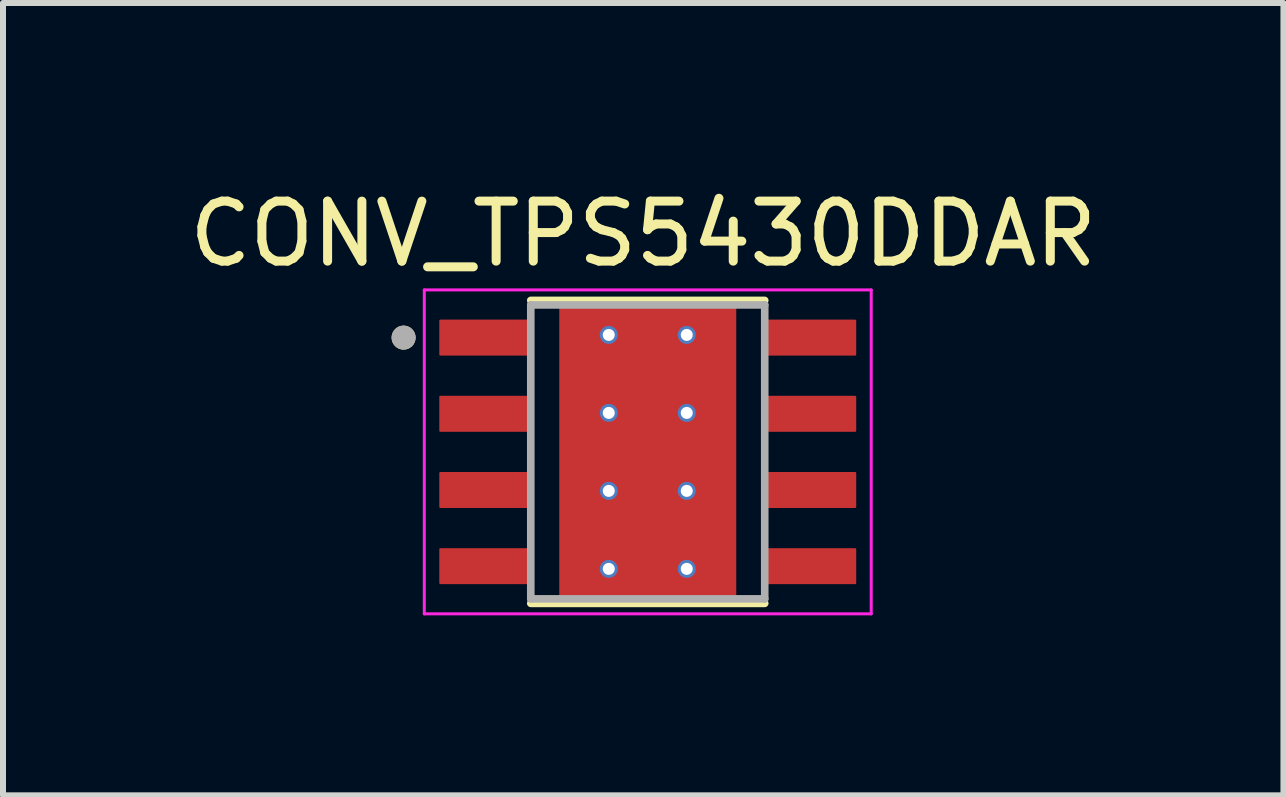
<source format=kicad_pcb>
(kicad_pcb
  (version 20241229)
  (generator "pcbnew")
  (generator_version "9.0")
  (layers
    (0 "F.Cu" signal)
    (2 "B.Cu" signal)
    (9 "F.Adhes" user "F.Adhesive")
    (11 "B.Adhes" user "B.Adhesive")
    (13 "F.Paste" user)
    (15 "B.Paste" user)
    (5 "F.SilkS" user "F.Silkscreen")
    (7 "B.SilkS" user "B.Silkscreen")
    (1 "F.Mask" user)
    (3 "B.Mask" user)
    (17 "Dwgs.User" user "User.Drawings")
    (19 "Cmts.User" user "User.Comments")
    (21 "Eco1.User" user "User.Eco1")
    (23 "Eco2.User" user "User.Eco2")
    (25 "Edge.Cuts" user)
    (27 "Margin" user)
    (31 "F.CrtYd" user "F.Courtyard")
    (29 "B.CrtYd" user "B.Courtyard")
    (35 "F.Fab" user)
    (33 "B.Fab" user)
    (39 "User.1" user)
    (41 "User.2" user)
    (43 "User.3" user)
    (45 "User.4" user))
  (footprint "CONV_TPS5430DDAR"
    (layer "F.Cu")
    (at 7.748 4.483)
    (property "Reference" "CONV_TPS5430DDAR" (at -0.075 -3.635 0) (layer "F.SilkS") (effects (font (size 1 1) (thickness 0.15))))
    (attr through_hole)
    (fp_poly (pts (xy -1.3 -1.55) (xy 1.3 -1.55) (xy 1.3 1.55) (xy -1.3 1.55)) (stroke (width 0.01) (type solid)) (fill yes) (layer "F.Mask"))
    (fp_poly (pts (xy -1.905 -1.535) (xy -3.495 -1.535) (xy -3.498 -1.535) (xy -3.5 -1.535) (xy -3.503 -1.536) (xy -3.505 -1.536) (xy -3.508 -1.537) (xy -3.51 -1.537) (xy -3.513 -1.538) (xy -3.515 -1.539) (xy -3.518 -1.54) (xy -3.52 -1.542) (xy -3.522 -1.543) (xy -3.524 -1.545) (xy -3.526 -1.546) (xy -3.528 -1.548) (xy -3.53 -1.55) (xy -3.532 -1.552) (xy -3.534 -1.554) (xy -3.535 -1.556) (xy -3.537 -1.558) (xy -3.538 -1.56) (xy -3.54 -1.562) (xy -3.541 -1.565) (xy -3.542 -1.567) (xy -3.543 -1.57) (xy -3.543 -1.572) (xy -3.544 -1.575) (xy -3.544 -1.577) (xy -3.545 -1.58) (xy -3.545 -1.582) (xy -3.545 -1.585) (xy -3.545 -2.225) (xy -3.545 -2.228) (xy -3.545 -2.23) (xy -3.544 -2.233) (xy -3.544 -2.235) (xy -3.543 -2.238) (xy -3.543 -2.24) (xy -3.542 -2.243) (xy -3.541 -2.245) (xy -3.54 -2.248) (xy -3.538 -2.25) (xy -3.537 -2.252) (xy -3.535 -2.254) (xy -3.534 -2.256) (xy -3.532 -2.258) (xy -3.53 -2.26) (xy -3.528 -2.262) (xy -3.526 -2.264) (xy -3.524 -2.265) (xy -3.522 -2.267) (xy -3.52 -2.268) (xy -3.518 -2.27) (xy -3.515 -2.271) (xy -3.513 -2.272) (xy -3.51 -2.273) (xy -3.508 -2.273) (xy -3.505 -2.274) (xy -3.503 -2.274) (xy -3.5 -2.275) (xy -3.498 -2.275) (xy -3.495 -2.275) (xy -1.905 -2.275) (xy -1.902 -2.275) (xy -1.9 -2.275) (xy -1.897 -2.274) (xy -1.895 -2.274) (xy -1.892 -2.273) (xy -1.89 -2.273) (xy -1.887 -2.272) (xy -1.885 -2.271) (xy -1.882 -2.27) (xy -1.88 -2.268) (xy -1.878 -2.267) (xy -1.876 -2.265) (xy -1.874 -2.264) (xy -1.872 -2.262) (xy -1.87 -2.26) (xy -1.868 -2.258) (xy -1.866 -2.256) (xy -1.865 -2.254) (xy -1.863 -2.252) (xy -1.862 -2.25) (xy -1.86 -2.248) (xy -1.859 -2.245) (xy -1.858 -2.243) (xy -1.857 -2.24) (xy -1.857 -2.238) (xy -1.856 -2.235) (xy -1.856 -2.233) (xy -1.855 -2.23) (xy -1.855 -2.228) (xy -1.855 -2.225) (xy -1.855 -1.585) (xy -1.855 -1.582) (xy -1.855 -1.58) (xy -1.856 -1.577) (xy -1.856 -1.575) (xy -1.857 -1.572) (xy -1.857 -1.57) (xy -1.858 -1.567) (xy -1.859 -1.565) (xy -1.86 -1.562) (xy -1.862 -1.56) (xy -1.863 -1.558) (xy -1.865 -1.556) (xy -1.866 -1.554) (xy -1.868 -1.552) (xy -1.87 -1.55) (xy -1.872 -1.548) (xy -1.874 -1.546) (xy -1.876 -1.545) (xy -1.878 -1.543) (xy -1.88 -1.542) (xy -1.882 -1.54) (xy -1.885 -1.539) (xy -1.887 -1.538) (xy -1.89 -1.537) (xy -1.892 -1.537) (xy -1.895 -1.536) (xy -1.897 -1.536) (xy -1.9 -1.535) (xy -1.902 -1.535) (xy -1.905 -1.535)) (stroke (width 0.01) (type solid)) (fill yes) (layer "F.Mask"))
    (fp_poly (pts (xy -1.905 -0.265) (xy -3.495 -0.265) (xy -3.498 -0.265) (xy -3.5 -0.265) (xy -3.503 -0.266) (xy -3.505 -0.266) (xy -3.508 -0.267) (xy -3.51 -0.267) (xy -3.513 -0.268) (xy -3.515 -0.269) (xy -3.518 -0.27) (xy -3.52 -0.272) (xy -3.522 -0.273) (xy -3.524 -0.275) (xy -3.526 -0.276) (xy -3.528 -0.278) (xy -3.53 -0.28) (xy -3.532 -0.282) (xy -3.534 -0.284) (xy -3.535 -0.286) (xy -3.537 -0.288) (xy -3.538 -0.29) (xy -3.54 -0.292) (xy -3.541 -0.295) (xy -3.542 -0.297) (xy -3.543 -0.3) (xy -3.543 -0.302) (xy -3.544 -0.305) (xy -3.544 -0.307) (xy -3.545 -0.31) (xy -3.545 -0.312) (xy -3.545 -0.315) (xy -3.545 -0.955) (xy -3.545 -0.958) (xy -3.545 -0.96) (xy -3.544 -0.963) (xy -3.544 -0.965) (xy -3.543 -0.968) (xy -3.543 -0.97) (xy -3.542 -0.973) (xy -3.541 -0.975) (xy -3.54 -0.978) (xy -3.538 -0.98) (xy -3.537 -0.982) (xy -3.535 -0.984) (xy -3.534 -0.986) (xy -3.532 -0.988) (xy -3.53 -0.99) (xy -3.528 -0.992) (xy -3.526 -0.994) (xy -3.524 -0.995) (xy -3.522 -0.997) (xy -3.52 -0.998) (xy -3.518 -1) (xy -3.515 -1.001) (xy -3.513 -1.002) (xy -3.51 -1.003) (xy -3.508 -1.003) (xy -3.505 -1.004) (xy -3.503 -1.004) (xy -3.5 -1.005) (xy -3.498 -1.005) (xy -3.495 -1.005) (xy -1.905 -1.005) (xy -1.902 -1.005) (xy -1.9 -1.005) (xy -1.897 -1.004) (xy -1.895 -1.004) (xy -1.892 -1.003) (xy -1.89 -1.003) (xy -1.887 -1.002) (xy -1.885 -1.001) (xy -1.882 -1) (xy -1.88 -0.998) (xy -1.878 -0.997) (xy -1.876 -0.995) (xy -1.874 -0.994) (xy -1.872 -0.992) (xy -1.87 -0.99) (xy -1.868 -0.988) (xy -1.866 -0.986) (xy -1.865 -0.984) (xy -1.863 -0.982) (xy -1.862 -0.98) (xy -1.86 -0.978) (xy -1.859 -0.975) (xy -1.858 -0.973) (xy -1.857 -0.97) (xy -1.857 -0.968) (xy -1.856 -0.965) (xy -1.856 -0.963) (xy -1.855 -0.96) (xy -1.855 -0.958) (xy -1.855 -0.955) (xy -1.855 -0.315) (xy -1.855 -0.312) (xy -1.855 -0.31) (xy -1.856 -0.307) (xy -1.856 -0.305) (xy -1.857 -0.302) (xy -1.857 -0.3) (xy -1.858 -0.297) (xy -1.859 -0.295) (xy -1.86 -0.292) (xy -1.862 -0.29) (xy -1.863 -0.288) (xy -1.865 -0.286) (xy -1.866 -0.284) (xy -1.868 -0.282) (xy -1.87 -0.28) (xy -1.872 -0.278) (xy -1.874 -0.276) (xy -1.876 -0.275) (xy -1.878 -0.273) (xy -1.88 -0.272) (xy -1.882 -0.27) (xy -1.885 -0.269) (xy -1.887 -0.268) (xy -1.89 -0.267) (xy -1.892 -0.267) (xy -1.895 -0.266) (xy -1.897 -0.266) (xy -1.9 -0.265) (xy -1.902 -0.265) (xy -1.905 -0.265)) (stroke (width 0.01) (type solid)) (fill yes) (layer "F.Mask"))
    (fp_poly (pts (xy -1.905 1.005) (xy -3.495 1.005) (xy -3.498 1.005) (xy -3.5 1.005) (xy -3.503 1.004) (xy -3.505 1.004) (xy -3.508 1.003) (xy -3.51 1.003) (xy -3.513 1.002) (xy -3.515 1.001) (xy -3.518 1) (xy -3.52 0.998) (xy -3.522 0.997) (xy -3.524 0.995) (xy -3.526 0.994) (xy -3.528 0.992) (xy -3.53 0.99) (xy -3.532 0.988) (xy -3.534 0.986) (xy -3.535 0.984) (xy -3.537 0.982) (xy -3.538 0.98) (xy -3.54 0.978) (xy -3.541 0.975) (xy -3.542 0.973) (xy -3.543 0.97) (xy -3.543 0.968) (xy -3.544 0.965) (xy -3.544 0.963) (xy -3.545 0.96) (xy -3.545 0.958) (xy -3.545 0.955) (xy -3.545 0.315) (xy -3.545 0.312) (xy -3.545 0.31) (xy -3.544 0.307) (xy -3.544 0.305) (xy -3.543 0.302) (xy -3.543 0.3) (xy -3.542 0.297) (xy -3.541 0.295) (xy -3.54 0.292) (xy -3.538 0.29) (xy -3.537 0.288) (xy -3.535 0.286) (xy -3.534 0.284) (xy -3.532 0.282) (xy -3.53 0.28) (xy -3.528 0.278) (xy -3.526 0.276) (xy -3.524 0.275) (xy -3.522 0.273) (xy -3.52 0.272) (xy -3.518 0.27) (xy -3.515 0.269) (xy -3.513 0.268) (xy -3.51 0.267) (xy -3.508 0.267) (xy -3.505 0.266) (xy -3.503 0.266) (xy -3.5 0.265) (xy -3.498 0.265) (xy -3.495 0.265) (xy -1.905 0.265) (xy -1.902 0.265) (xy -1.9 0.265) (xy -1.897 0.266) (xy -1.895 0.266) (xy -1.892 0.267) (xy -1.89 0.267) (xy -1.887 0.268) (xy -1.885 0.269) (xy -1.882 0.27) (xy -1.88 0.272) (xy -1.878 0.273) (xy -1.876 0.275) (xy -1.874 0.276) (xy -1.872 0.278) (xy -1.87 0.28) (xy -1.868 0.282) (xy -1.866 0.284) (xy -1.865 0.286) (xy -1.863 0.288) (xy -1.862 0.29) (xy -1.86 0.292) (xy -1.859 0.295) (xy -1.858 0.297) (xy -1.857 0.3) (xy -1.857 0.302) (xy -1.856 0.305) (xy -1.856 0.307) (xy -1.855 0.31) (xy -1.855 0.312) (xy -1.855 0.315) (xy -1.855 0.955) (xy -1.855 0.958) (xy -1.855 0.96) (xy -1.856 0.963) (xy -1.856 0.965) (xy -1.857 0.968) (xy -1.857 0.97) (xy -1.858 0.973) (xy -1.859 0.975) (xy -1.86 0.978) (xy -1.862 0.98) (xy -1.863 0.982) (xy -1.865 0.984) (xy -1.866 0.986) (xy -1.868 0.988) (xy -1.87 0.99) (xy -1.872 0.992) (xy -1.874 0.994) (xy -1.876 0.995) (xy -1.878 0.997) (xy -1.88 0.998) (xy -1.882 1) (xy -1.885 1.001) (xy -1.887 1.002) (xy -1.89 1.003) (xy -1.892 1.003) (xy -1.895 1.004) (xy -1.897 1.004) (xy -1.9 1.005) (xy -1.902 1.005) (xy -1.905 1.005)) (stroke (width 0.01) (type solid)) (fill yes) (layer "F.Mask"))
    (fp_poly (pts (xy -1.905 2.275) (xy -3.495 2.275) (xy -3.498 2.275) (xy -3.5 2.275) (xy -3.503 2.274) (xy -3.505 2.274) (xy -3.508 2.273) (xy -3.51 2.273) (xy -3.513 2.272) (xy -3.515 2.271) (xy -3.518 2.27) (xy -3.52 2.268) (xy -3.522 2.267) (xy -3.524 2.265) (xy -3.526 2.264) (xy -3.528 2.262) (xy -3.53 2.26) (xy -3.532 2.258) (xy -3.534 2.256) (xy -3.535 2.254) (xy -3.537 2.252) (xy -3.538 2.25) (xy -3.54 2.248) (xy -3.541 2.245) (xy -3.542 2.243) (xy -3.543 2.24) (xy -3.543 2.238) (xy -3.544 2.235) (xy -3.544 2.233) (xy -3.545 2.23) (xy -3.545 2.228) (xy -3.545 2.225) (xy -3.545 1.585) (xy -3.545 1.582) (xy -3.545 1.58) (xy -3.544 1.577) (xy -3.544 1.575) (xy -3.543 1.572) (xy -3.543 1.57) (xy -3.542 1.567) (xy -3.541 1.565) (xy -3.54 1.562) (xy -3.538 1.56) (xy -3.537 1.558) (xy -3.535 1.556) (xy -3.534 1.554) (xy -3.532 1.552) (xy -3.53 1.55) (xy -3.528 1.548) (xy -3.526 1.546) (xy -3.524 1.545) (xy -3.522 1.543) (xy -3.52 1.542) (xy -3.518 1.54) (xy -3.515 1.539) (xy -3.513 1.538) (xy -3.51 1.537) (xy -3.508 1.537) (xy -3.505 1.536) (xy -3.503 1.536) (xy -3.5 1.535) (xy -3.498 1.535) (xy -3.495 1.535) (xy -1.905 1.535) (xy -1.902 1.535) (xy -1.9 1.535) (xy -1.897 1.536) (xy -1.895 1.536) (xy -1.892 1.537) (xy -1.89 1.537) (xy -1.887 1.538) (xy -1.885 1.539) (xy -1.882 1.54) (xy -1.88 1.542) (xy -1.878 1.543) (xy -1.876 1.545) (xy -1.874 1.546) (xy -1.872 1.548) (xy -1.87 1.55) (xy -1.868 1.552) (xy -1.866 1.554) (xy -1.865 1.556) (xy -1.863 1.558) (xy -1.862 1.56) (xy -1.86 1.562) (xy -1.859 1.565) (xy -1.858 1.567) (xy -1.857 1.57) (xy -1.857 1.572) (xy -1.856 1.575) (xy -1.856 1.577) (xy -1.855 1.58) (xy -1.855 1.582) (xy -1.855 1.585) (xy -1.855 2.225) (xy -1.855 2.228) (xy -1.855 2.23) (xy -1.856 2.233) (xy -1.856 2.235) (xy -1.857 2.238) (xy -1.857 2.24) (xy -1.858 2.243) (xy -1.859 2.245) (xy -1.86 2.248) (xy -1.862 2.25) (xy -1.863 2.252) (xy -1.865 2.254) (xy -1.866 2.256) (xy -1.868 2.258) (xy -1.87 2.26) (xy -1.872 2.262) (xy -1.874 2.264) (xy -1.876 2.265) (xy -1.878 2.267) (xy -1.88 2.268) (xy -1.882 2.27) (xy -1.885 2.271) (xy -1.887 2.272) (xy -1.89 2.273) (xy -1.892 2.273) (xy -1.895 2.274) (xy -1.897 2.274) (xy -1.9 2.275) (xy -1.902 2.275) (xy -1.905 2.275)) (stroke (width 0.01) (type solid)) (fill yes) (layer "F.Mask"))
    (fp_poly (pts (xy 3.495 -1.535) (xy 1.905 -1.535) (xy 1.902 -1.535) (xy 1.9 -1.535) (xy 1.897 -1.536) (xy 1.895 -1.536) (xy 1.892 -1.537) (xy 1.89 -1.537) (xy 1.887 -1.538) (xy 1.885 -1.539) (xy 1.882 -1.54) (xy 1.88 -1.542) (xy 1.878 -1.543) (xy 1.876 -1.545) (xy 1.874 -1.546) (xy 1.872 -1.548) (xy 1.87 -1.55) (xy 1.868 -1.552) (xy 1.866 -1.554) (xy 1.865 -1.556) (xy 1.863 -1.558) (xy 1.862 -1.56) (xy 1.86 -1.562) (xy 1.859 -1.565) (xy 1.858 -1.567) (xy 1.857 -1.57) (xy 1.857 -1.572) (xy 1.856 -1.575) (xy 1.856 -1.577) (xy 1.855 -1.58) (xy 1.855 -1.582) (xy 1.855 -1.585) (xy 1.855 -2.225) (xy 1.855 -2.228) (xy 1.855 -2.23) (xy 1.856 -2.233) (xy 1.856 -2.235) (xy 1.857 -2.238) (xy 1.857 -2.24) (xy 1.858 -2.243) (xy 1.859 -2.245) (xy 1.86 -2.248) (xy 1.862 -2.25) (xy 1.863 -2.252) (xy 1.865 -2.254) (xy 1.866 -2.256) (xy 1.868 -2.258) (xy 1.87 -2.26) (xy 1.872 -2.262) (xy 1.874 -2.264) (xy 1.876 -2.265) (xy 1.878 -2.267) (xy 1.88 -2.268) (xy 1.882 -2.27) (xy 1.885 -2.271) (xy 1.887 -2.272) (xy 1.89 -2.273) (xy 1.892 -2.273) (xy 1.895 -2.274) (xy 1.897 -2.274) (xy 1.9 -2.275) (xy 1.902 -2.275) (xy 1.905 -2.275) (xy 3.495 -2.275) (xy 3.498 -2.275) (xy 3.5 -2.275) (xy 3.503 -2.274) (xy 3.505 -2.274) (xy 3.508 -2.273) (xy 3.51 -2.273) (xy 3.513 -2.272) (xy 3.515 -2.271) (xy 3.518 -2.27) (xy 3.52 -2.268) (xy 3.522 -2.267) (xy 3.524 -2.265) (xy 3.526 -2.264) (xy 3.528 -2.262) (xy 3.53 -2.26) (xy 3.532 -2.258) (xy 3.534 -2.256) (xy 3.535 -2.254) (xy 3.537 -2.252) (xy 3.538 -2.25) (xy 3.54 -2.248) (xy 3.541 -2.245) (xy 3.542 -2.243) (xy 3.543 -2.24) (xy 3.543 -2.238) (xy 3.544 -2.235) (xy 3.544 -2.233) (xy 3.545 -2.23) (xy 3.545 -2.228) (xy 3.545 -2.225) (xy 3.545 -1.585) (xy 3.545 -1.582) (xy 3.545 -1.58) (xy 3.544 -1.577) (xy 3.544 -1.575) (xy 3.543 -1.572) (xy 3.543 -1.57) (xy 3.542 -1.567) (xy 3.541 -1.565) (xy 3.54 -1.562) (xy 3.538 -1.56) (xy 3.537 -1.558) (xy 3.535 -1.556) (xy 3.534 -1.554) (xy 3.532 -1.552) (xy 3.53 -1.55) (xy 3.528 -1.548) (xy 3.526 -1.546) (xy 3.524 -1.545) (xy 3.522 -1.543) (xy 3.52 -1.542) (xy 3.518 -1.54) (xy 3.515 -1.539) (xy 3.513 -1.538) (xy 3.51 -1.537) (xy 3.508 -1.537) (xy 3.505 -1.536) (xy 3.503 -1.536) (xy 3.5 -1.535) (xy 3.498 -1.535) (xy 3.495 -1.535)) (stroke (width 0.01) (type solid)) (fill yes) (layer "F.Mask"))
    (fp_poly (pts (xy 3.495 -0.265) (xy 1.905 -0.265) (xy 1.902 -0.265) (xy 1.9 -0.265) (xy 1.897 -0.266) (xy 1.895 -0.266) (xy 1.892 -0.267) (xy 1.89 -0.267) (xy 1.887 -0.268) (xy 1.885 -0.269) (xy 1.882 -0.27) (xy 1.88 -0.272) (xy 1.878 -0.273) (xy 1.876 -0.275) (xy 1.874 -0.276) (xy 1.872 -0.278) (xy 1.87 -0.28) (xy 1.868 -0.282) (xy 1.866 -0.284) (xy 1.865 -0.286) (xy 1.863 -0.288) (xy 1.862 -0.29) (xy 1.86 -0.292) (xy 1.859 -0.295) (xy 1.858 -0.297) (xy 1.857 -0.3) (xy 1.857 -0.302) (xy 1.856 -0.305) (xy 1.856 -0.307) (xy 1.855 -0.31) (xy 1.855 -0.312) (xy 1.855 -0.315) (xy 1.855 -0.955) (xy 1.855 -0.958) (xy 1.855 -0.96) (xy 1.856 -0.963) (xy 1.856 -0.965) (xy 1.857 -0.968) (xy 1.857 -0.97) (xy 1.858 -0.973) (xy 1.859 -0.975) (xy 1.86 -0.978) (xy 1.862 -0.98) (xy 1.863 -0.982) (xy 1.865 -0.984) (xy 1.866 -0.986) (xy 1.868 -0.988) (xy 1.87 -0.99) (xy 1.872 -0.992) (xy 1.874 -0.994) (xy 1.876 -0.995) (xy 1.878 -0.997) (xy 1.88 -0.998) (xy 1.882 -1) (xy 1.885 -1.001) (xy 1.887 -1.002) (xy 1.89 -1.003) (xy 1.892 -1.003) (xy 1.895 -1.004) (xy 1.897 -1.004) (xy 1.9 -1.005) (xy 1.902 -1.005) (xy 1.905 -1.005) (xy 3.495 -1.005) (xy 3.498 -1.005) (xy 3.5 -1.005) (xy 3.503 -1.004) (xy 3.505 -1.004) (xy 3.508 -1.003) (xy 3.51 -1.003) (xy 3.513 -1.002) (xy 3.515 -1.001) (xy 3.518 -1) (xy 3.52 -0.998) (xy 3.522 -0.997) (xy 3.524 -0.995) (xy 3.526 -0.994) (xy 3.528 -0.992) (xy 3.53 -0.99) (xy 3.532 -0.988) (xy 3.534 -0.986) (xy 3.535 -0.984) (xy 3.537 -0.982) (xy 3.538 -0.98) (xy 3.54 -0.978) (xy 3.541 -0.975) (xy 3.542 -0.973) (xy 3.543 -0.97) (xy 3.543 -0.968) (xy 3.544 -0.965) (xy 3.544 -0.963) (xy 3.545 -0.96) (xy 3.545 -0.958) (xy 3.545 -0.955) (xy 3.545 -0.315) (xy 3.545 -0.312) (xy 3.545 -0.31) (xy 3.544 -0.307) (xy 3.544 -0.305) (xy 3.543 -0.302) (xy 3.543 -0.3) (xy 3.542 -0.297) (xy 3.541 -0.295) (xy 3.54 -0.292) (xy 3.538 -0.29) (xy 3.537 -0.288) (xy 3.535 -0.286) (xy 3.534 -0.284) (xy 3.532 -0.282) (xy 3.53 -0.28) (xy 3.528 -0.278) (xy 3.526 -0.276) (xy 3.524 -0.275) (xy 3.522 -0.273) (xy 3.52 -0.272) (xy 3.518 -0.27) (xy 3.515 -0.269) (xy 3.513 -0.268) (xy 3.51 -0.267) (xy 3.508 -0.267) (xy 3.505 -0.266) (xy 3.503 -0.266) (xy 3.5 -0.265) (xy 3.498 -0.265) (xy 3.495 -0.265)) (stroke (width 0.01) (type solid)) (fill yes) (layer "F.Mask"))
    (fp_poly (pts (xy 3.495 1.005) (xy 1.905 1.005) (xy 1.902 1.005) (xy 1.9 1.005) (xy 1.897 1.004) (xy 1.895 1.004) (xy 1.892 1.003) (xy 1.89 1.003) (xy 1.887 1.002) (xy 1.885 1.001) (xy 1.882 1) (xy 1.88 0.998) (xy 1.878 0.997) (xy 1.876 0.995) (xy 1.874 0.994) (xy 1.872 0.992) (xy 1.87 0.99) (xy 1.868 0.988) (xy 1.866 0.986) (xy 1.865 0.984) (xy 1.863 0.982) (xy 1.862 0.98) (xy 1.86 0.978) (xy 1.859 0.975) (xy 1.858 0.973) (xy 1.857 0.97) (xy 1.857 0.968) (xy 1.856 0.965) (xy 1.856 0.963) (xy 1.855 0.96) (xy 1.855 0.958) (xy 1.855 0.955) (xy 1.855 0.315) (xy 1.855 0.312) (xy 1.855 0.31) (xy 1.856 0.307) (xy 1.856 0.305) (xy 1.857 0.302) (xy 1.857 0.3) (xy 1.858 0.297) (xy 1.859 0.295) (xy 1.86 0.292) (xy 1.862 0.29) (xy 1.863 0.288) (xy 1.865 0.286) (xy 1.866 0.284) (xy 1.868 0.282) (xy 1.87 0.28) (xy 1.872 0.278) (xy 1.874 0.276) (xy 1.876 0.275) (xy 1.878 0.273) (xy 1.88 0.272) (xy 1.882 0.27) (xy 1.885 0.269) (xy 1.887 0.268) (xy 1.89 0.267) (xy 1.892 0.267) (xy 1.895 0.266) (xy 1.897 0.266) (xy 1.9 0.265) (xy 1.902 0.265) (xy 1.905 0.265) (xy 3.495 0.265) (xy 3.498 0.265) (xy 3.5 0.265) (xy 3.503 0.266) (xy 3.505 0.266) (xy 3.508 0.267) (xy 3.51 0.267) (xy 3.513 0.268) (xy 3.515 0.269) (xy 3.518 0.27) (xy 3.52 0.272) (xy 3.522 0.273) (xy 3.524 0.275) (xy 3.526 0.276) (xy 3.528 0.278) (xy 3.53 0.28) (xy 3.532 0.282) (xy 3.534 0.284) (xy 3.535 0.286) (xy 3.537 0.288) (xy 3.538 0.29) (xy 3.54 0.292) (xy 3.541 0.295) (xy 3.542 0.297) (xy 3.543 0.3) (xy 3.543 0.302) (xy 3.544 0.305) (xy 3.544 0.307) (xy 3.545 0.31) (xy 3.545 0.312) (xy 3.545 0.315) (xy 3.545 0.955) (xy 3.545 0.958) (xy 3.545 0.96) (xy 3.544 0.963) (xy 3.544 0.965) (xy 3.543 0.968) (xy 3.543 0.97) (xy 3.542 0.973) (xy 3.541 0.975) (xy 3.54 0.978) (xy 3.538 0.98) (xy 3.537 0.982) (xy 3.535 0.984) (xy 3.534 0.986) (xy 3.532 0.988) (xy 3.53 0.99) (xy 3.528 0.992) (xy 3.526 0.994) (xy 3.524 0.995) (xy 3.522 0.997) (xy 3.52 0.998) (xy 3.518 1) (xy 3.515 1.001) (xy 3.513 1.002) (xy 3.51 1.003) (xy 3.508 1.003) (xy 3.505 1.004) (xy 3.503 1.004) (xy 3.5 1.005) (xy 3.498 1.005) (xy 3.495 1.005)) (stroke (width 0.01) (type solid)) (fill yes) (layer "F.Mask"))
    (fp_poly (pts (xy 3.495 2.275) (xy 1.905 2.275) (xy 1.902 2.275) (xy 1.9 2.275) (xy 1.897 2.274) (xy 1.895 2.274) (xy 1.892 2.273) (xy 1.89 2.273) (xy 1.887 2.272) (xy 1.885 2.271) (xy 1.882 2.27) (xy 1.88 2.268) (xy 1.878 2.267) (xy 1.876 2.265) (xy 1.874 2.264) (xy 1.872 2.262) (xy 1.87 2.26) (xy 1.868 2.258) (xy 1.866 2.256) (xy 1.865 2.254) (xy 1.863 2.252) (xy 1.862 2.25) (xy 1.86 2.248) (xy 1.859 2.245) (xy 1.858 2.243) (xy 1.857 2.24) (xy 1.857 2.238) (xy 1.856 2.235) (xy 1.856 2.233) (xy 1.855 2.23) (xy 1.855 2.228) (xy 1.855 2.225) (xy 1.855 1.585) (xy 1.855 1.582) (xy 1.855 1.58) (xy 1.856 1.577) (xy 1.856 1.575) (xy 1.857 1.572) (xy 1.857 1.57) (xy 1.858 1.567) (xy 1.859 1.565) (xy 1.86 1.562) (xy 1.862 1.56) (xy 1.863 1.558) (xy 1.865 1.556) (xy 1.866 1.554) (xy 1.868 1.552) (xy 1.87 1.55) (xy 1.872 1.548) (xy 1.874 1.546) (xy 1.876 1.545) (xy 1.878 1.543) (xy 1.88 1.542) (xy 1.882 1.54) (xy 1.885 1.539) (xy 1.887 1.538) (xy 1.89 1.537) (xy 1.892 1.537) (xy 1.895 1.536) (xy 1.897 1.536) (xy 1.9 1.535) (xy 1.902 1.535) (xy 1.905 1.535) (xy 3.495 1.535) (xy 3.498 1.535) (xy 3.5 1.535) (xy 3.503 1.536) (xy 3.505 1.536) (xy 3.508 1.537) (xy 3.51 1.537) (xy 3.513 1.538) (xy 3.515 1.539) (xy 3.518 1.54) (xy 3.52 1.542) (xy 3.522 1.543) (xy 3.524 1.545) (xy 3.526 1.546) (xy 3.528 1.548) (xy 3.53 1.55) (xy 3.532 1.552) (xy 3.534 1.554) (xy 3.535 1.556) (xy 3.537 1.558) (xy 3.538 1.56) (xy 3.54 1.562) (xy 3.541 1.565) (xy 3.542 1.567) (xy 3.543 1.57) (xy 3.543 1.572) (xy 3.544 1.575) (xy 3.544 1.577) (xy 3.545 1.58) (xy 3.545 1.582) (xy 3.545 1.585) (xy 3.545 2.225) (xy 3.545 2.228) (xy 3.545 2.23) (xy 3.544 2.233) (xy 3.544 2.235) (xy 3.543 2.238) (xy 3.543 2.24) (xy 3.542 2.243) (xy 3.541 2.245) (xy 3.54 2.248) (xy 3.538 2.25) (xy 3.537 2.252) (xy 3.535 2.254) (xy 3.534 2.256) (xy 3.532 2.258) (xy 3.53 2.26) (xy 3.528 2.262) (xy 3.526 2.264) (xy 3.524 2.265) (xy 3.522 2.267) (xy 3.52 2.268) (xy 3.518 2.27) (xy 3.515 2.271) (xy 3.513 2.272) (xy 3.51 2.273) (xy 3.508 2.273) (xy 3.505 2.274) (xy 3.503 2.274) (xy 3.5 2.275) (xy 3.498 2.275) (xy 3.495 2.275)) (stroke (width 0.01) (type solid)) (fill yes) (layer "F.Mask"))
    (fp_line (start -1.95 -2.525) (end 1.95 -2.525) (stroke (width 0.127) (type solid)) (layer "F.SilkS"))
    (fp_line (start -1.95 2.525) (end 1.95 2.525) (stroke (width 0.127) (type solid)) (layer "F.SilkS"))
    (fp_circle (center -4.07 -1.905) (end -3.97 -1.905) (stroke (width 0.2) (type solid)) (fill no) (layer "F.SilkS"))
    (fp_poly (pts (xy -1.3 -1.55) (xy 1.3 -1.55) (xy 1.3 1.55) (xy -1.3 1.55)) (stroke (width 0.01) (type solid)) (fill yes) (layer "F.Paste"))
    (fp_line (start -3.725 -2.7) (end -3.725 2.7) (stroke (width 0.05) (type solid)) (layer "F.CrtYd"))
    (fp_line (start -3.725 -2.7) (end 3.725 -2.7) (stroke (width 0.05) (type solid)) (layer "F.CrtYd"))
    (fp_line (start -3.725 2.7) (end 3.725 2.7) (stroke (width 0.05) (type solid)) (layer "F.CrtYd"))
    (fp_line (start 3.725 -2.7) (end 3.725 2.7) (stroke (width 0.05) (type solid)) (layer "F.CrtYd"))
    (fp_line (start -1.95 -2.45) (end -1.95 2.45) (stroke (width 0.127) (type solid)) (layer "F.Fab"))
    (fp_line (start -1.95 -2.45) (end 1.95 -2.45) (stroke (width 0.127) (type solid)) (layer "F.Fab"))
    (fp_line (start -1.95 2.45) (end 1.95 2.45) (stroke (width 0.127) (type solid)) (layer "F.Fab"))
    (fp_line (start 1.95 -2.45) (end 1.95 2.45) (stroke (width 0.127) (type solid)) (layer "F.Fab"))
    (fp_circle (center -4.07 -1.905) (end -3.97 -1.905) (stroke (width 0.2) (type solid)) (fill no) (layer "F.Fab"))
    (pad "1" smd roundrect (at -2.7 -1.905) (size 1.55 0.6) (layers "F.Cu" "F.Paste") (roundrect_rratio 0.03))
    (pad "2" smd roundrect (at -2.7 -0.635) (size 1.55 0.6) (layers "F.Cu" "F.Paste") (roundrect_rratio 0.03))
    (pad "3" smd roundrect (at -2.7 0.635) (size 1.55 0.6) (layers "F.Cu" "F.Paste") (roundrect_rratio 0.03))
    (pad "4" smd roundrect (at -2.7 1.905) (size 1.55 0.6) (layers "F.Cu" "F.Paste") (roundrect_rratio 0.03))
    (pad "5" smd roundrect (at 2.7 1.905) (size 1.55 0.6) (layers "F.Cu" "F.Paste") (roundrect_rratio 0.03))
    (pad "6" smd roundrect (at 2.7 0.635) (size 1.55 0.6) (layers "F.Cu" "F.Paste") (roundrect_rratio 0.03))
    (pad "7" smd roundrect (at 2.7 -0.635) (size 1.55 0.6) (layers "F.Cu" "F.Paste") (roundrect_rratio 0.03))
    (pad "8" smd roundrect (at 2.7 -1.905) (size 1.55 0.6) (layers "F.Cu" "F.Paste") (roundrect_rratio 0.03))
    (pad "9" smd rect (at 0 0) (size 2.95 4.9) (layers "F.Cu"))
    (pad "10" thru_hole circle (at -0.65 -1.95) (size 0.3 0.3) (drill 0.2) (layers "*.Cu"))
    (pad "11" thru_hole circle (at 0.65 -1.95) (size 0.3 0.3) (drill 0.2) (layers "*.Cu"))
    (pad "12" thru_hole circle (at -0.65 -0.65) (size 0.3 0.3) (drill 0.2) (layers "*.Cu"))
    (pad "13" thru_hole circle (at 0.65 -0.65) (size 0.3 0.3) (drill 0.2) (layers "*.Cu"))
    (pad "14" thru_hole circle (at -0.65 0.65) (size 0.3 0.3) (drill 0.2) (layers "*.Cu"))
    (pad "15" thru_hole circle (at 0.65 0.65) (size 0.3 0.3) (drill 0.2) (layers "*.Cu"))
    (pad "16" thru_hole circle (at -0.65 1.95) (size 0.3 0.3) (drill 0.2) (layers "*.Cu"))
    (pad "17" thru_hole circle (at 0.65 1.95) (size 0.3 0.3) (drill 0.2) (layers "*.Cu")))
  (gr_rect
    (start -3 -3)
    (end 18.345 10.208)
    (stroke (width 0.1) (type default))
    (fill no)
    (layer "Edge.Cuts")))
</source>
